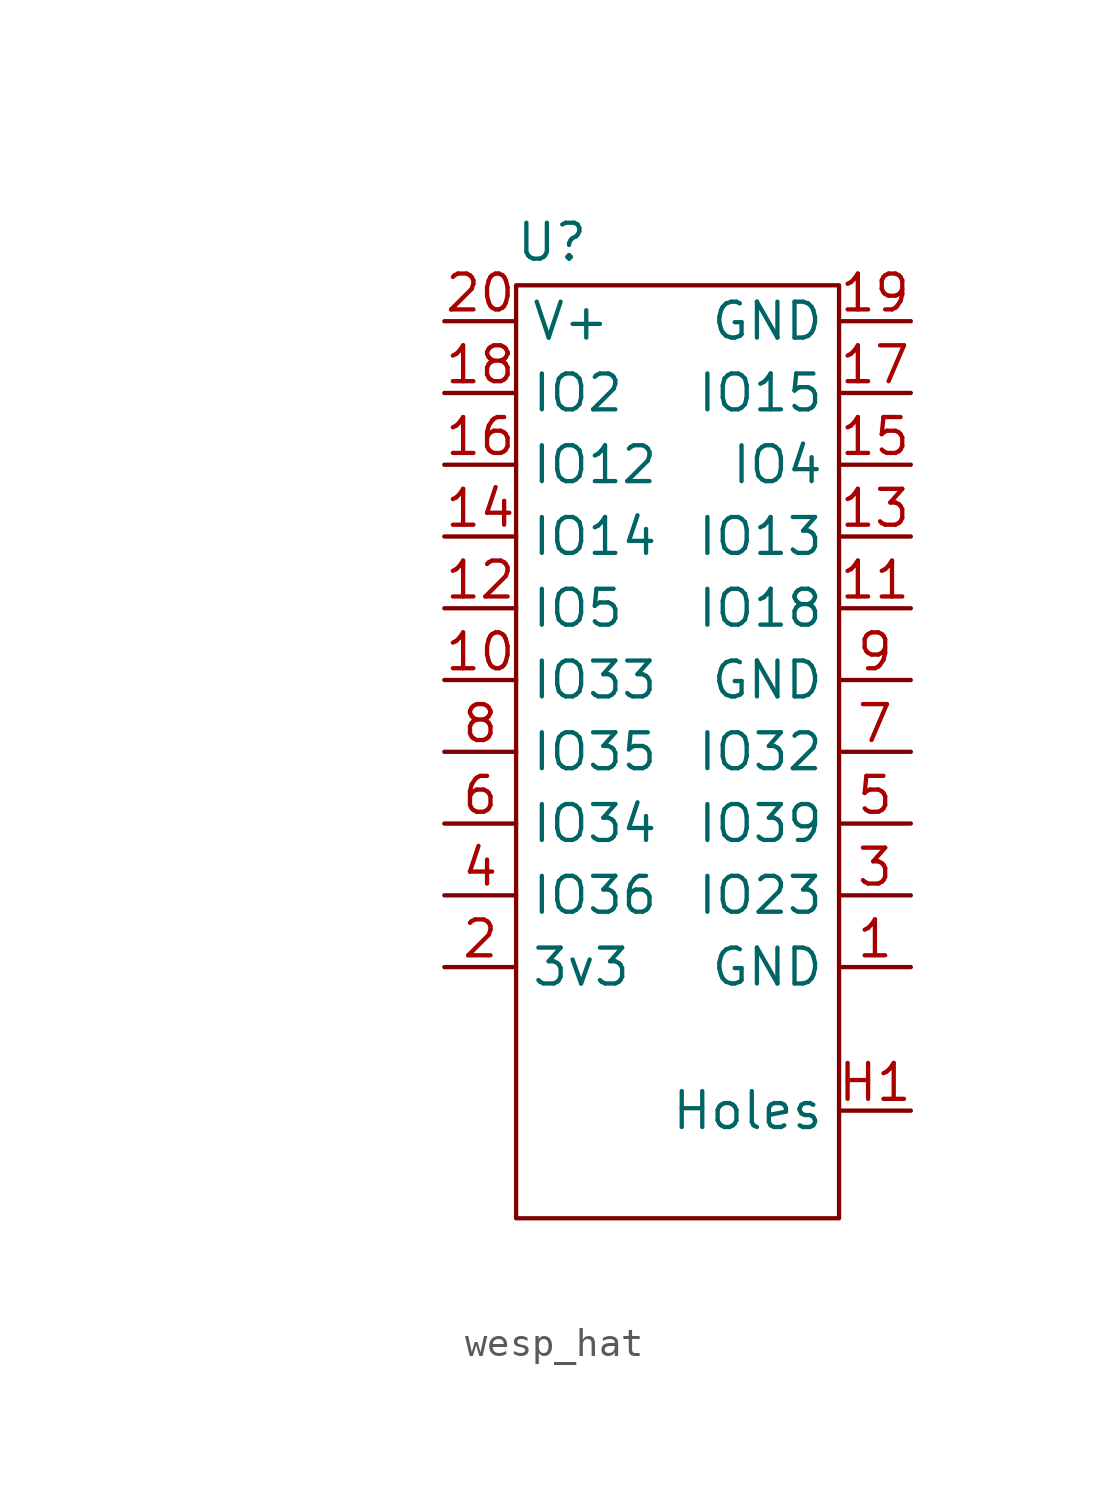
<source format=kicad_sym>
(kicad_symbol_lib
  (version 20231120)
  (generator "kicad_symbol_editor")
  (generator_version "8.0")
  (symbol "wesp_hat"
    (property "Reference" "U"
      (at 12.7 18.034 0)
      (effects (font (size 1.27 1.27))))
    (property "Value" ""
      (at 0 0 0)
      (effects (font (size 1.27 1.27))))
    (symbol "wesp_hat_0_1"
      (rectangle (start 11.43 16.51) (end 22.86 -16.51) (stroke (width 0) (type default)) (fill (type none))))
    (symbol "wesp_hat_1_1"
      (pin input line (at 25.4 -7.62 180) (length 2.54) (name "GND" (effects (font (size 1.27 1.27)))) (number "1" (effects (font (size 1.27 1.27)))))
      (pin input line (at 8.89 2.54 0) (length 2.54) (name "IO33" (effects (font (size 1.27 1.27)))) (number "10" (effects (font (size 1.27 1.27)))))
      (pin input line (at 25.4 5.08 180) (length 2.54) (name "IO18" (effects (font (size 1.27 1.27)))) (number "11" (effects (font (size 1.27 1.27)))))
      (pin input line (at 8.89 5.08 0) (length 2.54) (name "IO5" (effects (font (size 1.27 1.27)))) (number "12" (effects (font (size 1.27 1.27)))))
      (pin input line (at 25.4 7.62 180) (length 2.54) (name "IO13" (effects (font (size 1.27 1.27)))) (number "13" (effects (font (size 1.27 1.27)))))
      (pin input line (at 8.89 7.62 0) (length 2.54) (name "IO14" (effects (font (size 1.27 1.27)))) (number "14" (effects (font (size 1.27 1.27)))))
      (pin input line (at 25.4 10.16 180) (length 2.54) (name "IO4" (effects (font (size 1.27 1.27)))) (number "15" (effects (font (size 1.27 1.27)))))
      (pin input line (at 8.89 10.16 0) (length 2.54) (name "IO12" (effects (font (size 1.27 1.27)))) (number "16" (effects (font (size 1.27 1.27)))))
      (pin input line (at 25.4 12.7 180) (length 2.54) (name "IO15" (effects (font (size 1.27 1.27)))) (number "17" (effects (font (size 1.27 1.27)))))
      (pin input line (at 8.89 12.7 0) (length 2.54) (name "IO2" (effects (font (size 1.27 1.27)))) (number "18" (effects (font (size 1.27 1.27)))))
      (pin input line (at 25.4 15.24 180) (length 2.54) (name "GND" (effects (font (size 1.27 1.27)))) (number "19" (effects (font (size 1.27 1.27)))))
      (pin input line (at 8.89 -7.62 0) (length 2.54) (name "3v3" (effects (font (size 1.27 1.27)))) (number "2" (effects (font (size 1.27 1.27)))))
      (pin input line (at 8.89 15.24 0) (length 2.54) (name "V+" (effects (font (size 1.27 1.27)))) (number "20" (effects (font (size 1.27 1.27)))))
      (pin input line (at 25.4 -5.08 180) (length 2.54) (name "IO23" (effects (font (size 1.27 1.27)))) (number "3" (effects (font (size 1.27 1.27)))))
      (pin input line (at 8.89 -5.08 0) (length 2.54) (name "IO36" (effects (font (size 1.27 1.27)))) (number "4" (effects (font (size 1.27 1.27)))))
      (pin input line (at 25.4 -2.54 180) (length 2.54) (name "IO39" (effects (font (size 1.27 1.27)))) (number "5" (effects (font (size 1.27 1.27)))))
      (pin input line (at 8.89 -2.54 0) (length 2.54) (name "IO34" (effects (font (size 1.27 1.27)))) (number "6" (effects (font (size 1.27 1.27)))))
      (pin input line (at 25.4 0 180) (length 2.54) (name "IO32" (effects (font (size 1.27 1.27)))) (number "7" (effects (font (size 1.27 1.27)))))
      (pin input line (at 8.89 0 0) (length 2.54) (name "IO35" (effects (font (size 1.27 1.27)))) (number "8" (effects (font (size 1.27 1.27)))))
      (pin input line (at 25.4 2.54 180) (length 2.54) (name "GND" (effects (font (size 1.27 1.27)))) (number "9" (effects (font (size 1.27 1.27)))))
      (pin input line (at 25.4 -12.7 180) (length 2.54) (name "Holes" (effects (font (size 1.27 1.27)))) (number "H1" (effects (font (size 1.27 1.27))))))))
</source>
